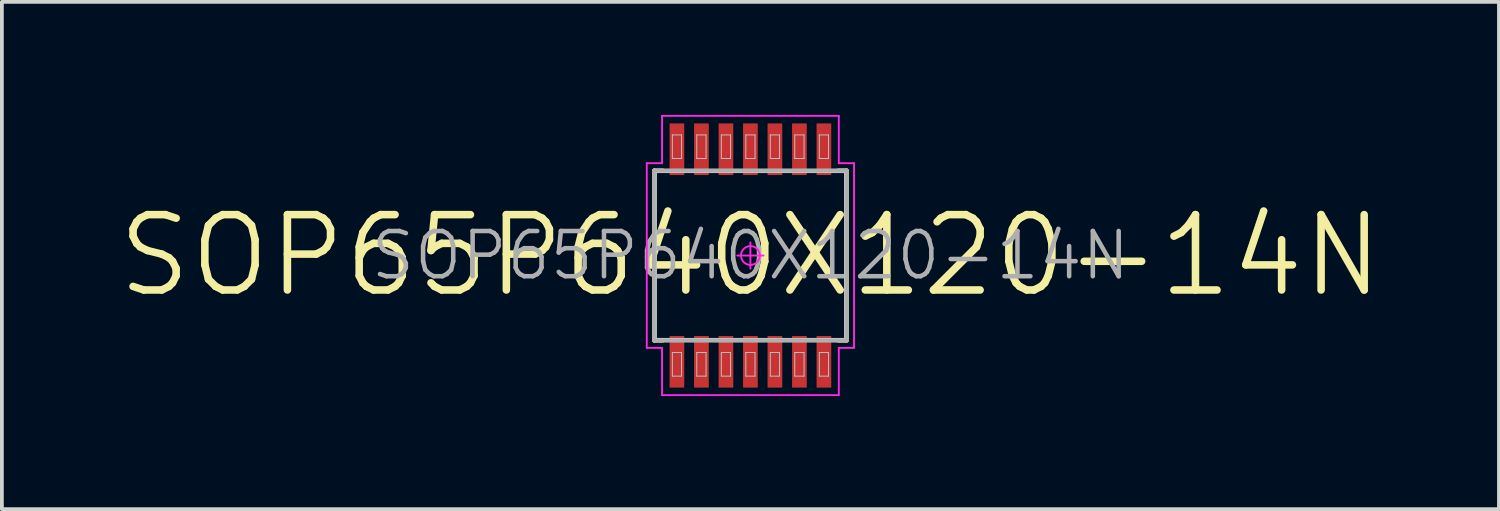
<source format=kicad_pcb>
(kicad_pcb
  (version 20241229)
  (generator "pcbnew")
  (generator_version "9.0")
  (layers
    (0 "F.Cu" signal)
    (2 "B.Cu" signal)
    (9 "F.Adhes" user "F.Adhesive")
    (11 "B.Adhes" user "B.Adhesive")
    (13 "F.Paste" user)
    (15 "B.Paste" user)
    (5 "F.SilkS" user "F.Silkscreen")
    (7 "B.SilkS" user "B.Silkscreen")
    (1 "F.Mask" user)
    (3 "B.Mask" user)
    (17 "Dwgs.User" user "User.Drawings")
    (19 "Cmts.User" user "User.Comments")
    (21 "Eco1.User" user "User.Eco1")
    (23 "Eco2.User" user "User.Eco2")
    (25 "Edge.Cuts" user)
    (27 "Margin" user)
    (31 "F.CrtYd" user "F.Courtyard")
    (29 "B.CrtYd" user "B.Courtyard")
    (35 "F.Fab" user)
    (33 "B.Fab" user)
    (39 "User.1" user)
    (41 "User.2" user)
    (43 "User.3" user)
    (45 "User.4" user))
  (footprint "SOP65P640X120-14N"
    (layer "F.Cu")
    (at 16.862 3.73)
    (property "Reference" "SOP65P640X120-14N" (at 0 0 0) (layer "F.Fab") (effects (font (size 1.2 1.2) (thickness 0.12))))
    (attr smd)
    (fp_line (start -2.55 -2.25) (end -2.325 -2.25) (stroke (width 0.12) (type solid)) (layer "F.SilkS"))
    (fp_line (start -2.55 2.25) (end -2.55 -2.25) (stroke (width 0.12) (type solid)) (layer "F.SilkS"))
    (fp_line (start -2.325 2.25) (end -2.55 2.25) (stroke (width 0.12) (type solid)) (layer "F.SilkS"))
    (fp_line (start 2.325 2.25) (end 2.55 2.25) (stroke (width 0.12) (type solid)) (layer "F.SilkS"))
    (fp_line (start 2.55 -2.25) (end 2.325 -2.25) (stroke (width 0.12) (type solid)) (layer "F.SilkS"))
    (fp_line (start 2.55 2.25) (end 2.55 -2.25) (stroke (width 0.12) (type solid)) (layer "F.SilkS"))
    (fp_line (start -2.5 -2.2) (end 2.5 -2.2) (stroke (width 0.025) (type solid)) (layer "Dwgs.User"))
    (fp_line (start -2.5 2.2) (end -2.5 -2.2) (stroke (width 0.025) (type solid)) (layer "Dwgs.User"))
    (fp_line (start -2.072 -3.2) (end -1.827 -3.2) (stroke (width 0.025) (type solid)) (layer "Dwgs.User"))
    (fp_line (start -2.072 -2.575) (end -2.072 -3.2) (stroke (width 0.025) (type solid)) (layer "Dwgs.User"))
    (fp_line (start -2.072 2.575) (end -1.827 2.575) (stroke (width 0.025) (type solid)) (layer "Dwgs.User"))
    (fp_line (start -2.072 3.2) (end -2.072 2.575) (stroke (width 0.025) (type solid)) (layer "Dwgs.User"))
    (fp_line (start -1.827 -3.2) (end -1.827 -2.575) (stroke (width 0.025) (type solid)) (layer "Dwgs.User"))
    (fp_line (start -1.827 -2.575) (end -2.072 -2.575) (stroke (width 0.025) (type solid)) (layer "Dwgs.User"))
    (fp_line (start -1.827 2.575) (end -1.827 3.2) (stroke (width 0.025) (type solid)) (layer "Dwgs.User"))
    (fp_line (start -1.827 3.2) (end -2.072 3.2) (stroke (width 0.025) (type solid)) (layer "Dwgs.User"))
    (fp_line (start -1.423 -3.2) (end -1.177 -3.2) (stroke (width 0.025) (type solid)) (layer "Dwgs.User"))
    (fp_line (start -1.423 -2.575) (end -1.423 -3.2) (stroke (width 0.025) (type solid)) (layer "Dwgs.User"))
    (fp_line (start -1.423 2.575) (end -1.177 2.575) (stroke (width 0.025) (type solid)) (layer "Dwgs.User"))
    (fp_line (start -1.423 3.2) (end -1.423 2.575) (stroke (width 0.025) (type solid)) (layer "Dwgs.User"))
    (fp_line (start -1.177 -3.2) (end -1.177 -2.575) (stroke (width 0.025) (type solid)) (layer "Dwgs.User"))
    (fp_line (start -1.177 -2.575) (end -1.423 -2.575) (stroke (width 0.025) (type solid)) (layer "Dwgs.User"))
    (fp_line (start -1.177 2.575) (end -1.177 3.2) (stroke (width 0.025) (type solid)) (layer "Dwgs.User"))
    (fp_line (start -1.177 3.2) (end -1.423 3.2) (stroke (width 0.025) (type solid)) (layer "Dwgs.User"))
    (fp_line (start -0.772 -3.2) (end -0.527 -3.2) (stroke (width 0.025) (type solid)) (layer "Dwgs.User"))
    (fp_line (start -0.772 -2.575) (end -0.772 -3.2) (stroke (width 0.025) (type solid)) (layer "Dwgs.User"))
    (fp_line (start -0.772 2.575) (end -0.527 2.575) (stroke (width 0.025) (type solid)) (layer "Dwgs.User"))
    (fp_line (start -0.772 3.2) (end -0.772 2.575) (stroke (width 0.025) (type solid)) (layer "Dwgs.User"))
    (fp_line (start -0.527 -3.2) (end -0.527 -2.575) (stroke (width 0.025) (type solid)) (layer "Dwgs.User"))
    (fp_line (start -0.527 -2.575) (end -0.772 -2.575) (stroke (width 0.025) (type solid)) (layer "Dwgs.User"))
    (fp_line (start -0.527 2.575) (end -0.527 3.2) (stroke (width 0.025) (type solid)) (layer "Dwgs.User"))
    (fp_line (start -0.527 3.2) (end -0.772 3.2) (stroke (width 0.025) (type solid)) (layer "Dwgs.User"))
    (fp_line (start -0.122 -3.2) (end 0.122 -3.2) (stroke (width 0.025) (type solid)) (layer "Dwgs.User"))
    (fp_line (start -0.122 -2.575) (end -0.122 -3.2) (stroke (width 0.025) (type solid)) (layer "Dwgs.User"))
    (fp_line (start -0.122 2.575) (end 0.122 2.575) (stroke (width 0.025) (type solid)) (layer "Dwgs.User"))
    (fp_line (start -0.122 3.2) (end -0.122 2.575) (stroke (width 0.025) (type solid)) (layer "Dwgs.User"))
    (fp_line (start 0.122 -3.2) (end 0.122 -2.575) (stroke (width 0.025) (type solid)) (layer "Dwgs.User"))
    (fp_line (start 0.122 -2.575) (end -0.122 -2.575) (stroke (width 0.025) (type solid)) (layer "Dwgs.User"))
    (fp_line (start 0.122 2.575) (end 0.122 3.2) (stroke (width 0.025) (type solid)) (layer "Dwgs.User"))
    (fp_line (start 0.122 3.2) (end -0.122 3.2) (stroke (width 0.025) (type solid)) (layer "Dwgs.User"))
    (fp_line (start 0.527 -3.2) (end 0.772 -3.2) (stroke (width 0.025) (type solid)) (layer "Dwgs.User"))
    (fp_line (start 0.527 -2.575) (end 0.527 -3.2) (stroke (width 0.025) (type solid)) (layer "Dwgs.User"))
    (fp_line (start 0.527 2.575) (end 0.772 2.575) (stroke (width 0.025) (type solid)) (layer "Dwgs.User"))
    (fp_line (start 0.527 3.2) (end 0.527 2.575) (stroke (width 0.025) (type solid)) (layer "Dwgs.User"))
    (fp_line (start 0.772 -3.2) (end 0.772 -2.575) (stroke (width 0.025) (type solid)) (layer "Dwgs.User"))
    (fp_line (start 0.772 -2.575) (end 0.527 -2.575) (stroke (width 0.025) (type solid)) (layer "Dwgs.User"))
    (fp_line (start 0.772 2.575) (end 0.772 3.2) (stroke (width 0.025) (type solid)) (layer "Dwgs.User"))
    (fp_line (start 0.772 3.2) (end 0.527 3.2) (stroke (width 0.025) (type solid)) (layer "Dwgs.User"))
    (fp_line (start 1.177 -3.2) (end 1.423 -3.2) (stroke (width 0.025) (type solid)) (layer "Dwgs.User"))
    (fp_line (start 1.177 -2.575) (end 1.177 -3.2) (stroke (width 0.025) (type solid)) (layer "Dwgs.User"))
    (fp_line (start 1.177 2.575) (end 1.423 2.575) (stroke (width 0.025) (type solid)) (layer "Dwgs.User"))
    (fp_line (start 1.177 3.2) (end 1.177 2.575) (stroke (width 0.025) (type solid)) (layer "Dwgs.User"))
    (fp_line (start 1.423 -3.2) (end 1.423 -2.575) (stroke (width 0.025) (type solid)) (layer "Dwgs.User"))
    (fp_line (start 1.423 -2.575) (end 1.177 -2.575) (stroke (width 0.025) (type solid)) (layer "Dwgs.User"))
    (fp_line (start 1.423 2.575) (end 1.423 3.2) (stroke (width 0.025) (type solid)) (layer "Dwgs.User"))
    (fp_line (start 1.423 3.2) (end 1.177 3.2) (stroke (width 0.025) (type solid)) (layer "Dwgs.User"))
    (fp_line (start 1.827 -3.2) (end 2.072 -3.2) (stroke (width 0.025) (type solid)) (layer "Dwgs.User"))
    (fp_line (start 1.827 -2.575) (end 1.827 -3.2) (stroke (width 0.025) (type solid)) (layer "Dwgs.User"))
    (fp_line (start 1.827 2.575) (end 2.072 2.575) (stroke (width 0.025) (type solid)) (layer "Dwgs.User"))
    (fp_line (start 1.827 3.2) (end 1.827 2.575) (stroke (width 0.025) (type solid)) (layer "Dwgs.User"))
    (fp_line (start 2.072 -3.2) (end 2.072 -2.575) (stroke (width 0.025) (type solid)) (layer "Dwgs.User"))
    (fp_line (start 2.072 -2.575) (end 1.827 -2.575) (stroke (width 0.025) (type solid)) (layer "Dwgs.User"))
    (fp_line (start 2.072 2.575) (end 2.072 3.2) (stroke (width 0.025) (type solid)) (layer "Dwgs.User"))
    (fp_line (start 2.072 3.2) (end 1.827 3.2) (stroke (width 0.025) (type solid)) (layer "Dwgs.User"))
    (fp_line (start 2.5 -2.2) (end 2.5 2.2) (stroke (width 0.025) (type solid)) (layer "Dwgs.User"))
    (fp_line (start 2.5 2.2) (end -2.5 2.2) (stroke (width 0.025) (type solid)) (layer "Dwgs.User"))
    (fp_line (start -2.75 -2.45) (end -2.75 2.45) (stroke (width 0.05) (type solid)) (layer "F.CrtYd"))
    (fp_line (start -2.75 2.45) (end -2.345 2.45) (stroke (width 0.05) (type solid)) (layer "F.CrtYd"))
    (fp_line (start -2.345 -3.705) (end -2.345 -2.45) (stroke (width 0.05) (type solid)) (layer "F.CrtYd"))
    (fp_line (start -2.345 -2.45) (end -2.75 -2.45) (stroke (width 0.05) (type solid)) (layer "F.CrtYd"))
    (fp_line (start -2.345 2.45) (end -2.345 3.705) (stroke (width 0.05) (type solid)) (layer "F.CrtYd"))
    (fp_line (start -2.345 3.705) (end 2.345 3.705) (stroke (width 0.05) (type solid)) (layer "F.CrtYd"))
    (fp_line (start -0.35 0) (end 0.35 0) (stroke (width 0.05) (type solid)) (layer "F.CrtYd"))
    (fp_line (start 0 -0.35) (end 0 0.35) (stroke (width 0.05) (type solid)) (layer "F.CrtYd"))
    (fp_line (start 2.345 -3.705) (end -2.345 -3.705) (stroke (width 0.05) (type solid)) (layer "F.CrtYd"))
    (fp_line (start 2.345 -2.45) (end 2.345 -3.705) (stroke (width 0.05) (type solid)) (layer "F.CrtYd"))
    (fp_line (start 2.345 2.45) (end 2.75 2.45) (stroke (width 0.05) (type solid)) (layer "F.CrtYd"))
    (fp_line (start 2.345 3.705) (end 2.345 2.45) (stroke (width 0.05) (type solid)) (layer "F.CrtYd"))
    (fp_line (start 2.75 -2.45) (end 2.345 -2.45) (stroke (width 0.05) (type solid)) (layer "F.CrtYd"))
    (fp_line (start 2.75 2.45) (end 2.75 -2.45) (stroke (width 0.05) (type solid)) (layer "F.CrtYd"))
    (fp_circle (center 0 0) (end 0 0.25) (stroke (width 0.05) (type solid)) (fill no) (layer "F.CrtYd"))
    (fp_line (start -2.55 -2.25) (end 2.55 -2.25) (stroke (width 0.12) (type solid)) (layer "F.Fab"))
    (fp_line (start -2.55 2.25) (end -2.55 -2.25) (stroke (width 0.12) (type solid)) (layer "F.Fab"))
    (fp_line (start 2.55 -2.25) (end 2.55 2.25) (stroke (width 0.12) (type solid)) (layer "F.Fab"))
    (fp_line (start 2.55 2.25) (end -2.55 2.25) (stroke (width 0.12) (type solid)) (layer "F.Fab"))
    (fp_text user "${REFERENCE}" (at 0 0 0) (layer "F.SilkS") (effects (font (size 2 2) (thickness 0.2))))
    (pad "1" smd rect (at -1.95 2.82 90) (size 1.37 0.39) (layers "F.Cu" "F.Mask" "F.Paste"))
    (pad "2" smd rect (at -1.3 2.82 90) (size 1.37 0.39) (layers "F.Cu" "F.Mask" "F.Paste"))
    (pad "3" smd rect (at -0.65 2.82 90) (size 1.37 0.39) (layers "F.Cu" "F.Mask" "F.Paste"))
    (pad "4" smd rect (at 0 2.82 90) (size 1.37 0.39) (layers "F.Cu" "F.Mask" "F.Paste"))
    (pad "5" smd rect (at 0.65 2.82 90) (size 1.37 0.39) (layers "F.Cu" "F.Mask" "F.Paste"))
    (pad "6" smd rect (at 1.3 2.82 90) (size 1.37 0.39) (layers "F.Cu" "F.Mask" "F.Paste"))
    (pad "7" smd rect (at 1.95 2.82 90) (size 1.37 0.39) (layers "F.Cu" "F.Mask" "F.Paste"))
    (pad "8" smd rect (at 1.95 -2.82 90) (size 1.37 0.39) (layers "F.Cu" "F.Mask" "F.Paste"))
    (pad "9" smd rect (at 1.3 -2.82 90) (size 1.37 0.39) (layers "F.Cu" "F.Mask" "F.Paste"))
    (pad "10" smd rect (at 0.65 -2.82 90) (size 1.37 0.39) (layers "F.Cu" "F.Mask" "F.Paste"))
    (pad "11" smd rect (at 0 -2.82 90) (size 1.37 0.39) (layers "F.Cu" "F.Mask" "F.Paste"))
    (pad "12" smd rect (at -0.65 -2.82 90) (size 1.37 0.39) (layers "F.Cu" "F.Mask" "F.Paste"))
    (pad "13" smd rect (at -1.3 -2.82 90) (size 1.37 0.39) (layers "F.Cu" "F.Mask" "F.Paste"))
    (pad "14" smd rect (at -1.95 -2.82 90) (size 1.37 0.39) (layers "F.Cu" "F.Mask" "F.Paste")))
  (gr_rect
    (start -3 -3)
    (end 36.724 10.46)
    (stroke (width 0.1) (type default))
    (fill no)
    (layer "Edge.Cuts")))
</source>
